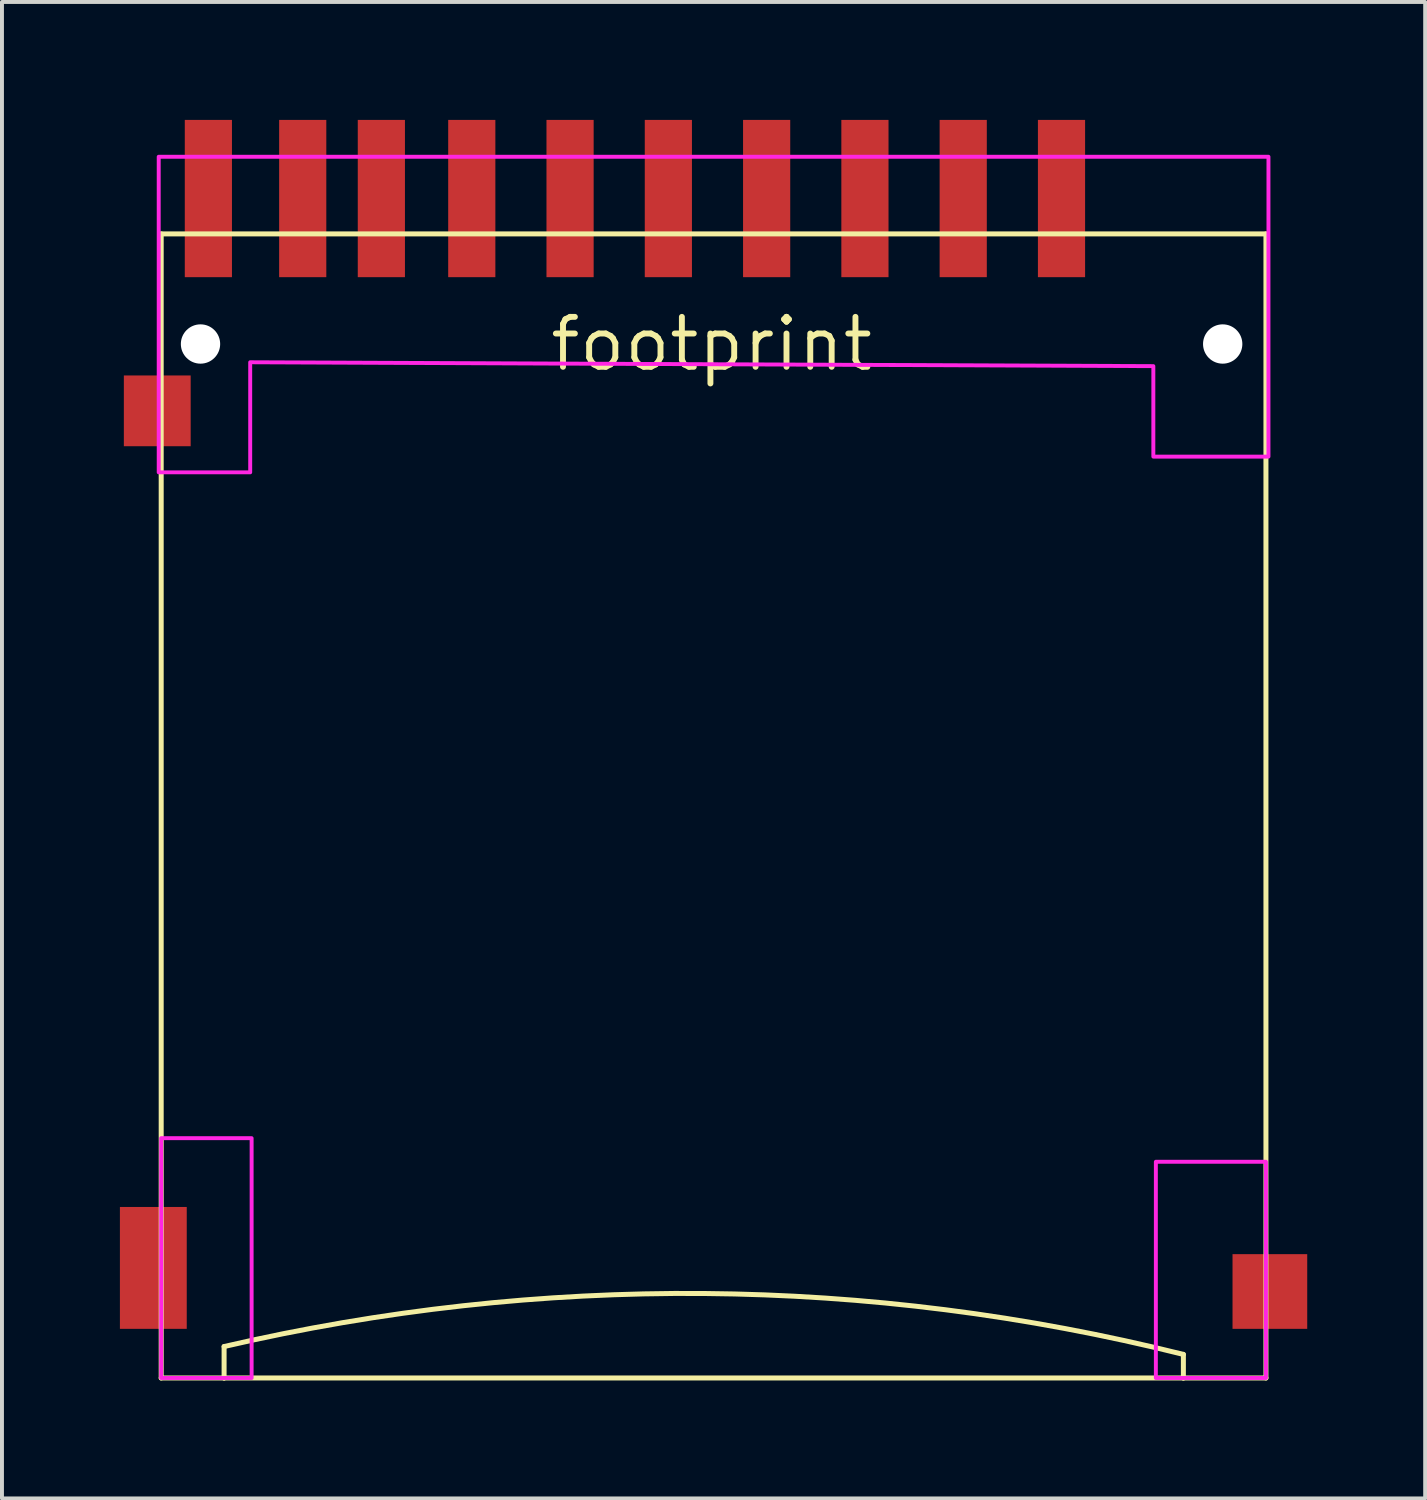
<source format=kicad_pcb>
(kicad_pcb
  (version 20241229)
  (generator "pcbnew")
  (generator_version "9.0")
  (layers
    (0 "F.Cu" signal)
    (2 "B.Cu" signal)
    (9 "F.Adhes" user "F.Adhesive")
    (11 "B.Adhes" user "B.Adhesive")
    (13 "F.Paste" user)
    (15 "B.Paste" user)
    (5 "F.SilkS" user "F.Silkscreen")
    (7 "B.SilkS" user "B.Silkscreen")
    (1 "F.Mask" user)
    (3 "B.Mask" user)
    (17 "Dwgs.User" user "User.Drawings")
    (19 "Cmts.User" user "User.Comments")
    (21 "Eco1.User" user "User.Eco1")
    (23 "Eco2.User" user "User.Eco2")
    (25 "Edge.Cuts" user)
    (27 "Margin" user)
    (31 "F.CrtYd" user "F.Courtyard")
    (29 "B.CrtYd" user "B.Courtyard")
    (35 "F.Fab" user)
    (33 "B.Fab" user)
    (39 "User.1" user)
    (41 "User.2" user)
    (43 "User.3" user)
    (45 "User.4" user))
  (footprint "footprint"
    (layer "F.Cu")
    (at 15.05 5.7)
    (property "Reference" "footprint" (at 0 0 0) (layer "F.SilkS") (effects (font (size 1.27 1.27) (thickness 0.15))))
    (fp_line (start -14 -2.8) (end 14.1 -2.8) (stroke (width 0.127) (type solid)) (layer "F.SilkS"))
    (fp_line (start -14 26.3) (end -14 -2.8) (stroke (width 0.127) (type solid)) (layer "F.SilkS"))
    (fp_line (start -12.4 25.5) (end -12.4 26.3) (stroke (width 0.127) (type solid)) (layer "F.SilkS"))
    (fp_line (start -12.4 26.3) (end -14 26.3) (stroke (width 0.127) (type solid)) (layer "F.SilkS"))
    (fp_line (start 12 25.7) (end 12 26.3) (stroke (width 0.127) (type solid)) (layer "F.SilkS"))
    (fp_line (start 12 26.3) (end -12.4 26.3) (stroke (width 0.127) (type solid)) (layer "F.SilkS"))
    (fp_line (start 14.1 -2.8) (end 14.1 26.3) (stroke (width 0.127) (type solid)) (layer "F.SilkS"))
    (fp_line (start 14.1 26.3) (end 12 26.3) (stroke (width 0.127) (type solid)) (layer "F.SilkS"))
    (fp_arc (start -12.4 25.5) (mid -0.188122 24.150859) (end 12 25.699999) (stroke (width 0.127) (type solid)) (layer "F.SilkS"))
    (fp_poly (pts (xy -14 26.3) (xy -11.7 26.3) (xy -11.7 20.2) (xy -14 20.2)) (stroke (width 0.1) (type solid)) (fill no) (layer "F.CrtYd"))
    (fp_poly (pts (xy 11.3 26.3) (xy 14.1 26.3) (xy 14.1 20.8) (xy 11.3 20.8)) (stroke (width 0.1) (type solid)) (fill no) (layer "F.CrtYd"))
    (fp_poly (pts (xy 14.164 2.864) (xy 11.236 2.864) (xy 11.236 0.563) (xy -11.736 0.464) (xy -11.736 3.264) (xy -14.063 3.264) (xy -14.063 -4.763) (xy 14.164 -4.763)) (stroke (width 0.1) (type solid)) (fill no) (layer "F.CrtYd"))
    (pad "" np_thru_hole circle (at -13 0) (size 1 1) (drill 1) (layers "*.Cu" "*.Mask"))
    (pad "" np_thru_hole circle (at 13 0) (size 1 1) (drill 1) (layers "*.Cu" "*.Mask"))
    (pad "1" smd rect (at 6.4 -3.7 90) (size 4 1.2) (layers "F.Cu" "F.Mask" "F.Paste"))
    (pad "2" smd rect (at 3.9 -3.7 90) (size 4 1.2) (layers "F.Cu" "F.Mask" "F.Paste"))
    (pad "3" smd rect (at 1.4 -3.7 90) (size 4 1.2) (layers "F.Cu" "F.Mask" "F.Paste"))
    (pad "4" smd rect (at -1.1 -3.7 90) (size 4 1.2) (layers "F.Cu" "F.Mask" "F.Paste"))
    (pad "5" smd rect (at -3.6 -3.7 90) (size 4 1.2) (layers "F.Cu" "F.Mask" "F.Paste"))
    (pad "6" smd rect (at -6.1 -3.7 90) (size 4 1.2) (layers "F.Cu" "F.Mask" "F.Paste"))
    (pad "7" smd rect (at -8.4 -3.7 90) (size 4 1.2) (layers "F.Cu" "F.Mask" "F.Paste"))
    (pad "8" smd rect (at -10.4 -3.7 90) (size 4 1.2) (layers "F.Cu" "F.Mask" "F.Paste"))
    (pad "9" smd rect (at 8.9 -3.7 90) (size 4 1.2) (layers "F.Cu" "F.Mask" "F.Paste"))
    (pad "10" smd rect (at -12.8 -3.7 90) (size 4 1.2) (layers "F.Cu" "F.Mask" "F.Paste"))
    (pad "11" smd rect (at -14.1 1.7) (size 1.7 1.8) (layers "F.Cu" "F.Mask" "F.Paste"))
    (pad "12" smd rect (at -14.2 23.5) (size 1.7 3.1) (layers "F.Cu" "F.Mask" "F.Paste"))
    (pad "13" smd rect (at 14.2 24.1) (size 1.9 1.9) (layers "F.Cu" "F.Mask" "F.Paste")))
  (gr_rect
    (start -3 -3)
    (end 33.2 35.063)
    (stroke (width 0.1) (type default))
    (fill no)
    (layer "Edge.Cuts")))
</source>
